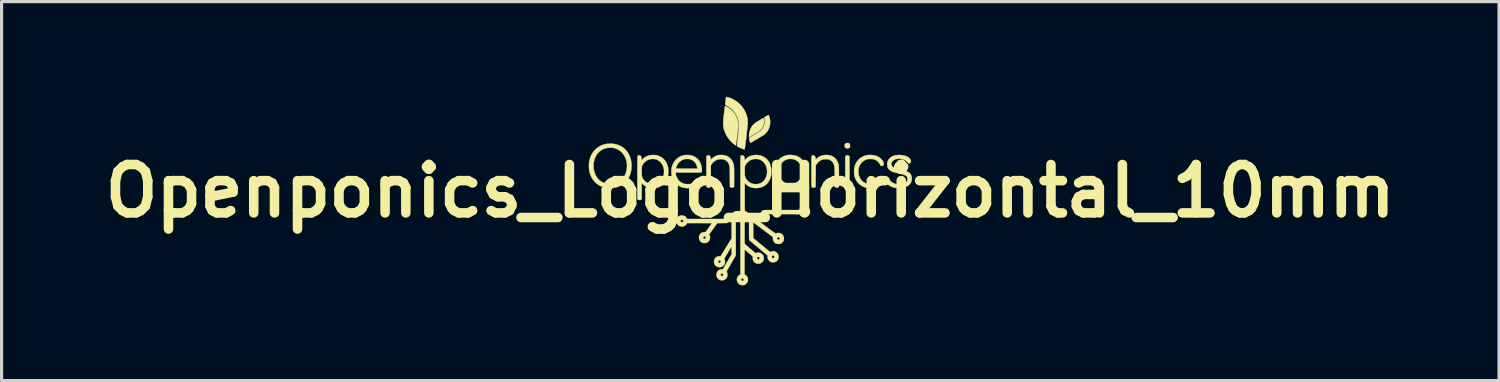
<source format=kicad_pcb>
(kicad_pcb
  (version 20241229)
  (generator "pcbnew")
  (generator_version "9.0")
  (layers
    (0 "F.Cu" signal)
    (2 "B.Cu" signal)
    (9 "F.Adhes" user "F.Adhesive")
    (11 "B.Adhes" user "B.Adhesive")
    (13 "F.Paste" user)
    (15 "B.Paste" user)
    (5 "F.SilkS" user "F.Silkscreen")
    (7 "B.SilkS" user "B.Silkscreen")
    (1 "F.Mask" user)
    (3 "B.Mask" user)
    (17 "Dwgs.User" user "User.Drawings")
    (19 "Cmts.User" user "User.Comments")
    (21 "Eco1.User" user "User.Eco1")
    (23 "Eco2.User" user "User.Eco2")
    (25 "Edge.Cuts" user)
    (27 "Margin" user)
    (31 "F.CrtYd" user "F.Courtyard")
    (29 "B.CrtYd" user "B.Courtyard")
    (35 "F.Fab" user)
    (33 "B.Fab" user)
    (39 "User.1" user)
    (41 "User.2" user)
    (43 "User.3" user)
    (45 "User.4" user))
  (footprint "Openponics_Logo_Horizontal_10mm"
    (layer "F.Cu")
    (at 20.581 2.966)
    (property "Reference" "Openponics_Logo_Horizontal_10mm" (at 0 0 0) (layer "F.SilkS") (effects (font (size 1.524 1.524) (thickness 0.3))))
    (attr through_hole)
    (fp_poly (pts (xy 3.069 -1.512) (xy 3.09 -1.51) (xy 3.104 -1.506) (xy 3.115 -1.498) (xy 3.123 -1.491) (xy 3.132 -1.481) (xy 3.138 -1.472) (xy 3.14 -1.461) (xy 3.141 -1.443) (xy 3.141 -1.428) (xy 3.141 -1.405) (xy 3.139 -1.39) (xy 3.135 -1.38) (xy 3.129 -1.371) (xy 3.127 -1.369) (xy 3.113 -1.355) (xy 3.1 -1.348) (xy 3.082 -1.343) (xy 3.071 -1.341) (xy 3.04 -1.342) (xy 3.023 -1.346) (xy 3.006 -1.354) (xy 2.992 -1.364) (xy 2.99 -1.366) (xy 2.979 -1.387) (xy 2.972 -1.413) (xy 2.972 -1.439) (xy 2.972 -1.444) (xy 2.981 -1.473) (xy 2.997 -1.494) (xy 3.02 -1.507) (xy 3.05 -1.512) (xy 3.069 -1.512)) (stroke (width 0.01) (type solid)) (fill yes) (layer "F.SilkS"))
    (fp_poly (pts (xy 3.084 -1.12) (xy 3.107 -1.109) (xy 3.12 -1.092) (xy 3.121 -1.091) (xy 3.122 -1.085) (xy 3.123 -1.072) (xy 3.124 -1.052) (xy 3.125 -1.025) (xy 3.125 -0.99) (xy 3.126 -0.946) (xy 3.126 -0.893) (xy 3.126 -0.831) (xy 3.126 -0.759) (xy 3.126 -0.677) (xy 3.126 -0.605) (xy 3.124 -0.134) (xy 3.108 -0.121) (xy 3.097 -0.113) (xy 3.085 -0.109) (xy 3.066 -0.107) (xy 3.056 -0.107) (xy 3.035 -0.108) (xy 3.021 -0.11) (xy 3.011 -0.116) (xy 3.005 -0.121) (xy 2.992 -0.135) (xy 2.992 -1.09) (xy 3.008 -1.107) (xy 3.02 -1.117) (xy 3.033 -1.122) (xy 3.052 -1.123) (xy 3.053 -1.123) (xy 3.084 -1.12)) (stroke (width 0.01) (type solid)) (fill yes) (layer "F.SilkS"))
    (fp_poly (pts (xy 0.424 -2.299) (xy 0.427 -2.291) (xy 0.429 -2.275) (xy 0.431 -2.252) (xy 0.433 -2.226) (xy 0.434 -2.189) (xy 0.433 -2.159) (xy 0.43 -2.133) (xy 0.427 -2.113) (xy 0.408 -2.053) (xy 0.379 -1.996) (xy 0.342 -1.945) (xy 0.297 -1.9) (xy 0.275 -1.883) (xy 0.263 -1.875) (xy 0.243 -1.863) (xy 0.217 -1.847) (xy 0.186 -1.827) (xy 0.152 -1.806) (xy 0.116 -1.784) (xy 0.079 -1.763) (xy 0.044 -1.742) (xy 0.012 -1.723) (xy -0.015 -1.707) (xy -0.035 -1.695) (xy -0.037 -1.699) (xy -0.039 -1.712) (xy -0.039 -1.732) (xy -0.039 -1.742) (xy -0.035 -1.809) (xy -0.021 -1.877) (xy 0.001 -1.943) (xy 0.03 -2.003) (xy 0.045 -2.027) (xy 0.063 -2.054) (xy 0.083 -2.078) (xy 0.106 -2.101) (xy 0.132 -2.124) (xy 0.164 -2.148) (xy 0.202 -2.174) (xy 0.248 -2.203) (xy 0.287 -2.226) (xy 0.331 -2.252) (xy 0.366 -2.272) (xy 0.393 -2.287) (xy 0.411 -2.296) (xy 0.421 -2.299) (xy 0.424 -2.299)) (stroke (width 0.01) (type solid)) (fill yes) (layer "F.SilkS"))
    (fp_poly (pts (xy 0.575 -2.391) (xy 0.581 -2.386) (xy 0.587 -2.373) (xy 0.595 -2.353) (xy 0.616 -2.28) (xy 0.626 -2.205) (xy 0.625 -2.131) (xy 0.615 -2.058) (xy 0.594 -1.987) (xy 0.562 -1.92) (xy 0.546 -1.892) (xy 0.521 -1.858) (xy 0.492 -1.824) (xy 0.461 -1.794) (xy 0.431 -1.77) (xy 0.429 -1.769) (xy 0.419 -1.762) (xy 0.401 -1.751) (xy 0.376 -1.736) (xy 0.346 -1.718) (xy 0.312 -1.697) (xy 0.274 -1.674) (xy 0.235 -1.651) (xy 0.196 -1.628) (xy 0.157 -1.605) (xy 0.121 -1.583) (xy 0.088 -1.563) (xy 0.059 -1.546) (xy 0.036 -1.533) (xy 0.02 -1.524) (xy 0.013 -1.52) (xy 0.013 -1.52) (xy 0.006 -1.523) (xy -0.002 -1.535) (xy -0.005 -1.542) (xy -0.013 -1.561) (xy -0.018 -1.577) (xy -0.023 -1.594) (xy -0.028 -1.616) (xy -0.031 -1.631) (xy -0.038 -1.671) (xy 0.118 -1.765) (xy 0.171 -1.796) (xy 0.215 -1.823) (xy 0.251 -1.846) (xy 0.281 -1.867) (xy 0.305 -1.884) (xy 0.325 -1.901) (xy 0.342 -1.917) (xy 0.357 -1.932) (xy 0.368 -1.946) (xy 0.404 -1.999) (xy 0.43 -2.055) (xy 0.447 -2.115) (xy 0.455 -2.18) (xy 0.454 -2.251) (xy 0.448 -2.3) (xy 0.445 -2.323) (xy 0.502 -2.356) (xy 0.525 -2.369) (xy 0.546 -2.38) (xy 0.562 -2.388) (xy 0.569 -2.391) (xy 0.575 -2.391)) (stroke (width 0.01) (type solid)) (fill yes) (layer "F.SilkS"))
    (fp_poly (pts (xy -0.773 -2.672) (xy -0.752 -2.661) (xy -0.725 -2.646) (xy -0.695 -2.628) (xy -0.672 -2.613) (xy -0.606 -2.562) (xy -0.546 -2.504) (xy -0.495 -2.439) (xy -0.452 -2.369) (xy -0.42 -2.294) (xy -0.401 -2.235) (xy -0.394 -2.198) (xy -0.388 -2.156) (xy -0.383 -2.113) (xy -0.381 -2.072) (xy -0.381 -2.036) (xy -0.381 -2.026) (xy -0.384 -1.999) (xy -0.387 -1.965) (xy -0.392 -1.925) (xy -0.397 -1.88) (xy -0.402 -1.832) (xy -0.408 -1.782) (xy -0.414 -1.731) (xy -0.42 -1.68) (xy -0.426 -1.631) (xy -0.432 -1.584) (xy -0.438 -1.542) (xy -0.443 -1.505) (xy -0.447 -1.474) (xy -0.451 -1.452) (xy -0.453 -1.438) (xy -0.454 -1.434) (xy -0.461 -1.437) (xy -0.474 -1.446) (xy -0.492 -1.458) (xy -0.501 -1.465) (xy -0.578 -1.53) (xy -0.646 -1.602) (xy -0.706 -1.68) (xy -0.757 -1.763) (xy -0.798 -1.851) (xy -0.829 -1.943) (xy -0.842 -1.994) (xy -0.847 -2.023) (xy -0.851 -2.052) (xy -0.854 -2.082) (xy -0.855 -2.115) (xy -0.854 -2.152) (xy -0.852 -2.193) (xy -0.849 -2.241) (xy -0.844 -2.296) (xy -0.837 -2.36) (xy -0.828 -2.434) (xy -0.827 -2.441) (xy -0.821 -2.491) (xy -0.815 -2.538) (xy -0.81 -2.579) (xy -0.805 -2.615) (xy -0.801 -2.644) (xy -0.798 -2.665) (xy -0.796 -2.676) (xy -0.796 -2.677) (xy -0.788 -2.678) (xy -0.773 -2.672)) (stroke (width 0.01) (type solid)) (fill yes) (layer "F.SilkS"))
    (fp_poly (pts (xy -0.741 -2.959) (xy -0.721 -2.956) (xy -0.693 -2.949) (xy -0.66 -2.939) (xy -0.624 -2.926) (xy -0.588 -2.912) (xy -0.555 -2.896) (xy -0.547 -2.892) (xy -0.465 -2.845) (xy -0.389 -2.79) (xy -0.32 -2.727) (xy -0.259 -2.658) (xy -0.206 -2.583) (xy -0.161 -2.503) (xy -0.125 -2.42) (xy -0.099 -2.333) (xy -0.084 -2.244) (xy -0.079 -2.161) (xy -0.079 -2.145) (xy -0.081 -2.121) (xy -0.084 -2.088) (xy -0.088 -2.048) (xy -0.092 -2.002) (xy -0.098 -1.951) (xy -0.104 -1.897) (xy -0.11 -1.839) (xy -0.117 -1.78) (xy -0.123 -1.72) (xy -0.13 -1.661) (xy -0.137 -1.602) (xy -0.144 -1.546) (xy -0.151 -1.494) (xy -0.157 -1.446) (xy -0.162 -1.404) (xy -0.167 -1.368) (xy -0.172 -1.34) (xy -0.175 -1.32) (xy -0.177 -1.311) (xy -0.178 -1.31) (xy -0.186 -1.312) (xy -0.201 -1.316) (xy -0.221 -1.322) (xy -0.226 -1.323) (xy -0.296 -1.348) (xy -0.365 -1.381) (xy -0.381 -1.39) (xy -0.402 -1.401) (xy -0.414 -1.409) (xy -0.42 -1.416) (xy -0.421 -1.423) (xy -0.42 -1.433) (xy -0.416 -1.463) (xy -0.412 -1.5) (xy -0.407 -1.544) (xy -0.401 -1.594) (xy -0.396 -1.647) (xy -0.39 -1.702) (xy -0.385 -1.758) (xy -0.379 -1.813) (xy -0.374 -1.867) (xy -0.37 -1.917) (xy -0.366 -1.962) (xy -0.363 -2) (xy -0.361 -2.031) (xy -0.36 -2.052) (xy -0.36 -2.057) (xy -0.365 -2.149) (xy -0.38 -2.236) (xy -0.406 -2.318) (xy -0.442 -2.395) (xy -0.487 -2.468) (xy -0.543 -2.535) (xy -0.608 -2.596) (xy -0.684 -2.652) (xy -0.739 -2.687) (xy -0.756 -2.696) (xy -0.769 -2.704) (xy -0.778 -2.711) (xy -0.785 -2.719) (xy -0.788 -2.731) (xy -0.789 -2.746) (xy -0.788 -2.767) (xy -0.785 -2.796) (xy -0.78 -2.834) (xy -0.777 -2.859) (xy -0.765 -2.961) (xy -0.741 -2.959)) (stroke (width 0.01) (type solid)) (fill yes) (layer "F.SilkS"))
    (fp_poly (pts (xy 1.322 -1.133) (xy 1.391 -1.123) (xy 1.455 -1.105) (xy 1.486 -1.093) (xy 1.547 -1.06) (xy 1.603 -1.017) (xy 1.653 -0.967) (xy 1.695 -0.909) (xy 1.73 -0.845) (xy 1.756 -0.776) (xy 1.762 -0.753) (xy 1.767 -0.731) (xy 1.771 -0.71) (xy 1.773 -0.687) (xy 1.774 -0.66) (xy 1.775 -0.625) (xy 1.775 -0.61) (xy 1.774 -0.563) (xy 1.772 -0.525) (xy 1.768 -0.492) (xy 1.761 -0.462) (xy 1.751 -0.431) (xy 1.74 -0.402) (xy 1.709 -0.337) (xy 1.669 -0.278) (xy 1.621 -0.226) (xy 1.567 -0.181) (xy 1.507 -0.145) (xy 1.452 -0.121) (xy 1.392 -0.105) (xy 1.327 -0.095) (xy 1.26 -0.091) (xy 1.195 -0.094) (xy 1.165 -0.099) (xy 1.092 -0.117) (xy 1.024 -0.145) (xy 0.963 -0.182) (xy 0.908 -0.228) (xy 0.861 -0.28) (xy 0.821 -0.34) (xy 0.79 -0.406) (xy 0.768 -0.477) (xy 0.755 -0.553) (xy 0.753 -0.578) (xy 0.753 -0.635) (xy 0.889 -0.635) (xy 0.892 -0.569) (xy 0.892 -0.566) (xy 0.906 -0.497) (xy 0.929 -0.434) (xy 0.962 -0.377) (xy 1.004 -0.326) (xy 1.016 -0.314) (xy 1.058 -0.281) (xy 1.106 -0.252) (xy 1.157 -0.231) (xy 1.188 -0.223) (xy 1.238 -0.217) (xy 1.292 -0.218) (xy 1.346 -0.225) (xy 1.381 -0.234) (xy 1.43 -0.254) (xy 1.477 -0.283) (xy 1.52 -0.317) (xy 1.541 -0.338) (xy 1.562 -0.365) (xy 1.584 -0.4) (xy 1.604 -0.439) (xy 1.62 -0.478) (xy 1.63 -0.508) (xy 1.636 -0.545) (xy 1.639 -0.588) (xy 1.639 -0.634) (xy 1.635 -0.679) (xy 1.628 -0.718) (xy 1.626 -0.725) (xy 1.604 -0.788) (xy 1.572 -0.844) (xy 1.534 -0.894) (xy 1.489 -0.936) (xy 1.438 -0.97) (xy 1.382 -0.994) (xy 1.354 -1.002) (xy 1.321 -1.007) (xy 1.283 -1.01) (xy 1.243 -1.01) (xy 1.206 -1.007) (xy 1.177 -1.002) (xy 1.117 -0.981) (xy 1.063 -0.951) (xy 1.015 -0.913) (xy 0.974 -0.868) (xy 0.94 -0.816) (xy 0.914 -0.76) (xy 0.897 -0.699) (xy 0.889 -0.635) (xy 0.753 -0.635) (xy 0.753 -0.656) (xy 0.763 -0.732) (xy 0.783 -0.804) (xy 0.811 -0.871) (xy 0.849 -0.932) (xy 0.894 -0.987) (xy 0.947 -1.035) (xy 0.967 -1.049) (xy 0.995 -1.066) (xy 1.029 -1.084) (xy 1.066 -1.1) (xy 1.101 -1.114) (xy 1.121 -1.12) (xy 1.185 -1.132) (xy 1.253 -1.137) (xy 1.322 -1.133)) (stroke (width 0.01) (type solid)) (fill yes) (layer "F.SilkS"))
    (fp_poly (pts (xy -4.32 -1.488) (xy -4.266 -1.48) (xy -4.263 -1.479) (xy -4.178 -1.457) (xy -4.1 -1.425) (xy -4.029 -1.384) (xy -3.964 -1.335) (xy -3.906 -1.276) (xy -3.871 -1.233) (xy -3.836 -1.177) (xy -3.805 -1.114) (xy -3.778 -1.045) (xy -3.759 -0.975) (xy -3.751 -0.935) (xy -3.745 -0.891) (xy -3.742 -0.841) (xy -3.742 -0.786) (xy -3.743 -0.733) (xy -3.747 -0.684) (xy -3.751 -0.652) (xy -3.771 -0.563) (xy -3.8 -0.481) (xy -3.838 -0.406) (xy -3.884 -0.337) (xy -3.938 -0.276) (xy -3.998 -0.223) (xy -4.066 -0.179) (xy -4.14 -0.143) (xy -4.219 -0.116) (xy -4.304 -0.098) (xy -4.394 -0.091) (xy -4.42 -0.091) (xy -4.452 -0.092) (xy -4.485 -0.094) (xy -4.515 -0.097) (xy -4.53 -0.099) (xy -4.615 -0.117) (xy -4.695 -0.146) (xy -4.768 -0.183) (xy -4.835 -0.229) (xy -4.895 -0.284) (xy -4.948 -0.346) (xy -4.992 -0.416) (xy -5.029 -0.493) (xy -5.057 -0.576) (xy -5.072 -0.644) (xy -5.077 -0.684) (xy -5.081 -0.731) (xy -5.082 -0.783) (xy -5.081 -0.814) (xy -4.938 -0.814) (xy -4.936 -0.734) (xy -4.925 -0.657) (xy -4.906 -0.583) (xy -4.878 -0.512) (xy -4.842 -0.448) (xy -4.799 -0.39) (xy -4.769 -0.358) (xy -4.733 -0.326) (xy -4.698 -0.301) (xy -4.66 -0.279) (xy -4.632 -0.266) (xy -4.561 -0.238) (xy -4.488 -0.222) (xy -4.412 -0.217) (xy -4.334 -0.223) (xy -4.296 -0.23) (xy -4.225 -0.249) (xy -4.159 -0.279) (xy -4.099 -0.317) (xy -4.046 -0.363) (xy -3.999 -0.417) (xy -3.96 -0.478) (xy -3.928 -0.546) (xy -3.904 -0.619) (xy -3.889 -0.698) (xy -3.883 -0.781) (xy -3.883 -0.791) (xy -3.888 -0.874) (xy -3.903 -0.953) (xy -3.926 -1.027) (xy -3.958 -1.096) (xy -3.998 -1.159) (xy -4.046 -1.215) (xy -4.101 -1.263) (xy -4.162 -1.304) (xy -4.224 -1.332) (xy -4.275 -1.348) (xy -4.331 -1.36) (xy -4.389 -1.365) (xy -4.413 -1.366) (xy -4.49 -1.361) (xy -4.564 -1.345) (xy -4.632 -1.319) (xy -4.695 -1.285) (xy -4.752 -1.241) (xy -4.803 -1.189) (xy -4.847 -1.13) (xy -4.882 -1.063) (xy -4.91 -0.989) (xy -4.914 -0.974) (xy -4.931 -0.894) (xy -4.938 -0.814) (xy -5.081 -0.814) (xy -5.081 -0.834) (xy -5.078 -0.883) (xy -5.073 -0.924) (xy -5.072 -0.931) (xy -5.051 -1.019) (xy -5.021 -1.102) (xy -4.982 -1.177) (xy -4.935 -1.246) (xy -4.88 -1.308) (xy -4.818 -1.361) (xy -4.749 -1.407) (xy -4.674 -1.443) (xy -4.593 -1.47) (xy -4.555 -1.479) (xy -4.501 -1.487) (xy -4.441 -1.492) (xy -4.379 -1.492) (xy -4.32 -1.488)) (stroke (width 0.01) (type solid)) (fill yes) (layer "F.SilkS"))
    (fp_poly (pts (xy -0.888 -1.135) (xy -0.843 -1.132) (xy -0.803 -1.125) (xy -0.799 -1.124) (xy -0.736 -1.102) (xy -0.681 -1.073) (xy -0.633 -1.035) (xy -0.593 -0.989) (xy -0.562 -0.936) (xy -0.551 -0.912) (xy -0.542 -0.891) (xy -0.534 -0.869) (xy -0.527 -0.846) (xy -0.522 -0.821) (xy -0.518 -0.794) (xy -0.514 -0.763) (xy -0.512 -0.726) (xy -0.51 -0.684) (xy -0.509 -0.634) (xy -0.509 -0.577) (xy -0.509 -0.51) (xy -0.509 -0.433) (xy -0.509 -0.421) (xy -0.511 -0.134) (xy -0.527 -0.121) (xy -0.544 -0.112) (xy -0.568 -0.107) (xy -0.593 -0.107) (xy -0.615 -0.111) (xy -0.627 -0.118) (xy -0.641 -0.129) (xy -0.644 -0.441) (xy -0.645 -0.509) (xy -0.645 -0.566) (xy -0.646 -0.614) (xy -0.647 -0.654) (xy -0.647 -0.687) (xy -0.648 -0.713) (xy -0.649 -0.734) (xy -0.651 -0.751) (xy -0.652 -0.765) (xy -0.654 -0.776) (xy -0.656 -0.786) (xy -0.659 -0.796) (xy -0.659 -0.797) (xy -0.675 -0.845) (xy -0.696 -0.886) (xy -0.722 -0.921) (xy -0.729 -0.929) (xy -0.765 -0.96) (xy -0.805 -0.983) (xy -0.851 -0.998) (xy -0.903 -1.004) (xy -0.923 -1.005) (xy -0.987 -0.999) (xy -1.046 -0.984) (xy -1.1 -0.958) (xy -1.149 -0.923) (xy -1.192 -0.878) (xy -1.213 -0.848) (xy -1.242 -0.805) (xy -1.242 -0.481) (xy -1.242 -0.409) (xy -1.242 -0.348) (xy -1.242 -0.296) (xy -1.243 -0.253) (xy -1.243 -0.217) (xy -1.244 -0.189) (xy -1.246 -0.167) (xy -1.248 -0.15) (xy -1.25 -0.137) (xy -1.254 -0.129) (xy -1.257 -0.122) (xy -1.262 -0.118) (xy -1.267 -0.115) (xy -1.269 -0.113) (xy -1.284 -0.109) (xy -1.305 -0.107) (xy -1.328 -0.108) (xy -1.348 -0.111) (xy -1.359 -0.116) (xy -1.369 -0.127) (xy -1.376 -0.143) (xy -1.377 -0.146) (xy -1.378 -0.154) (xy -1.379 -0.173) (xy -1.379 -0.201) (xy -1.38 -0.237) (xy -1.381 -0.28) (xy -1.381 -0.329) (xy -1.382 -0.383) (xy -1.382 -0.441) (xy -1.382 -0.502) (xy -1.383 -0.565) (xy -1.383 -0.629) (xy -1.383 -0.693) (xy -1.383 -0.755) (xy -1.383 -0.816) (xy -1.383 -0.874) (xy -1.382 -0.927) (xy -1.382 -0.975) (xy -1.381 -1.017) (xy -1.381 -1.052) (xy -1.38 -1.079) (xy -1.379 -1.097) (xy -1.379 -1.104) (xy -1.379 -1.104) (xy -1.365 -1.115) (xy -1.344 -1.122) (xy -1.32 -1.123) (xy -1.297 -1.117) (xy -1.29 -1.115) (xy -1.272 -1.102) (xy -1.259 -1.082) (xy -1.251 -1.054) (xy -1.249 -1.028) (xy -1.247 -0.985) (xy -1.205 -1.026) (xy -1.16 -1.063) (xy -1.108 -1.094) (xy -1.052 -1.117) (xy -1.019 -1.126) (xy -0.98 -1.133) (xy -0.936 -1.136) (xy -0.888 -1.135)) (stroke (width 0.01) (type solid)) (fill yes) (layer "F.SilkS"))
    (fp_poly (pts (xy 3.861 -1.131) (xy 3.934 -1.117) (xy 4 -1.094) (xy 4.059 -1.062) (xy 4.112 -1.021) (xy 4.135 -0.998) (xy 4.168 -0.957) (xy 4.191 -0.915) (xy 4.203 -0.875) (xy 4.204 -0.863) (xy 4.205 -0.844) (xy 4.203 -0.831) (xy 4.197 -0.822) (xy 4.19 -0.814) (xy 4.171 -0.8) (xy 4.15 -0.791) (xy 4.129 -0.787) (xy 4.121 -0.788) (xy 4.113 -0.795) (xy 4.102 -0.811) (xy 4.089 -0.834) (xy 4.089 -0.834) (xy 4.059 -0.883) (xy 4.02 -0.925) (xy 3.975 -0.96) (xy 3.923 -0.987) (xy 3.877 -1.002) (xy 3.847 -1.007) (xy 3.81 -1.009) (xy 3.771 -1.01) (xy 3.733 -1.008) (xy 3.7 -1.004) (xy 3.688 -1.002) (xy 3.628 -0.981) (xy 3.573 -0.951) (xy 3.524 -0.912) (xy 3.483 -0.866) (xy 3.45 -0.813) (xy 3.448 -0.81) (xy 3.432 -0.775) (xy 3.421 -0.742) (xy 3.413 -0.711) (xy 3.408 -0.676) (xy 3.407 -0.634) (xy 3.406 -0.612) (xy 3.407 -0.578) (xy 3.408 -0.552) (xy 3.41 -0.531) (xy 3.414 -0.513) (xy 3.419 -0.493) (xy 3.42 -0.491) (xy 3.445 -0.426) (xy 3.477 -0.37) (xy 3.516 -0.322) (xy 3.563 -0.282) (xy 3.618 -0.251) (xy 3.66 -0.234) (xy 3.68 -0.227) (xy 3.698 -0.223) (xy 3.715 -0.22) (xy 3.737 -0.218) (xy 3.765 -0.218) (xy 3.782 -0.218) (xy 3.814 -0.218) (xy 3.839 -0.219) (xy 3.858 -0.221) (xy 3.875 -0.225) (xy 3.894 -0.23) (xy 3.903 -0.233) (xy 3.944 -0.251) (xy 3.984 -0.273) (xy 4.019 -0.299) (xy 4.045 -0.326) (xy 4.058 -0.343) (xy 4.073 -0.367) (xy 4.087 -0.391) (xy 4.089 -0.394) (xy 4.104 -0.419) (xy 4.117 -0.434) (xy 4.13 -0.44) (xy 4.146 -0.439) (xy 4.161 -0.434) (xy 4.184 -0.419) (xy 4.199 -0.398) (xy 4.205 -0.371) (xy 4.201 -0.341) (xy 4.188 -0.307) (xy 4.157 -0.256) (xy 4.116 -0.211) (xy 4.067 -0.171) (xy 4.011 -0.139) (xy 3.95 -0.115) (xy 3.923 -0.107) (xy 3.885 -0.1) (xy 3.841 -0.095) (xy 3.794 -0.093) (xy 3.747 -0.092) (xy 3.704 -0.095) (xy 3.673 -0.099) (xy 3.604 -0.117) (xy 3.541 -0.143) (xy 3.482 -0.179) (xy 3.426 -0.226) (xy 3.415 -0.237) (xy 3.368 -0.289) (xy 3.331 -0.344) (xy 3.303 -0.403) (xy 3.283 -0.469) (xy 3.276 -0.501) (xy 3.272 -0.534) (xy 3.269 -0.575) (xy 3.268 -0.619) (xy 3.269 -0.662) (xy 3.272 -0.702) (xy 3.277 -0.732) (xy 3.298 -0.807) (xy 3.327 -0.875) (xy 3.365 -0.937) (xy 3.411 -0.992) (xy 3.465 -1.038) (xy 3.525 -1.077) (xy 3.592 -1.106) (xy 3.607 -1.111) (xy 3.647 -1.122) (xy 3.684 -1.13) (xy 3.723 -1.134) (xy 3.768 -1.136) (xy 3.782 -1.136) (xy 3.861 -1.131)) (stroke (width 0.01) (type solid)) (fill yes) (layer "F.SilkS"))
    (fp_poly (pts (xy 2.439 -1.134) (xy 2.5 -1.125) (xy 2.553 -1.109) (xy 2.6 -1.087) (xy 2.643 -1.057) (xy 2.676 -1.028) (xy 2.715 -0.981) (xy 2.746 -0.928) (xy 2.77 -0.868) (xy 2.778 -0.841) (xy 2.781 -0.831) (xy 2.783 -0.82) (xy 2.785 -0.809) (xy 2.786 -0.797) (xy 2.788 -0.781) (xy 2.789 -0.762) (xy 2.79 -0.739) (xy 2.79 -0.71) (xy 2.791 -0.674) (xy 2.791 -0.63) (xy 2.792 -0.578) (xy 2.792 -0.516) (xy 2.793 -0.468) (xy 2.795 -0.143) (xy 2.78 -0.125) (xy 2.771 -0.115) (xy 2.762 -0.11) (xy 2.75 -0.108) (xy 2.73 -0.107) (xy 2.727 -0.107) (xy 2.702 -0.109) (xy 2.684 -0.113) (xy 2.673 -0.122) (xy 2.665 -0.134) (xy 2.663 -0.14) (xy 2.662 -0.155) (xy 2.661 -0.176) (xy 2.66 -0.207) (xy 2.659 -0.246) (xy 2.659 -0.295) (xy 2.659 -0.354) (xy 2.659 -0.424) (xy 2.659 -0.431) (xy 2.658 -0.502) (xy 2.658 -0.564) (xy 2.658 -0.616) (xy 2.657 -0.66) (xy 2.655 -0.697) (xy 2.654 -0.728) (xy 2.651 -0.754) (xy 2.648 -0.776) (xy 2.645 -0.795) (xy 2.64 -0.813) (xy 2.635 -0.83) (xy 2.63 -0.843) (xy 2.607 -0.89) (xy 2.574 -0.93) (xy 2.534 -0.964) (xy 2.489 -0.989) (xy 2.474 -0.994) (xy 2.46 -0.998) (xy 2.442 -1) (xy 2.419 -1.001) (xy 2.388 -1.002) (xy 2.385 -1.002) (xy 2.336 -1) (xy 2.296 -0.995) (xy 2.26 -0.986) (xy 2.227 -0.971) (xy 2.192 -0.95) (xy 2.188 -0.948) (xy 2.148 -0.918) (xy 2.116 -0.884) (xy 2.086 -0.843) (xy 2.082 -0.837) (xy 2.063 -0.805) (xy 2.057 -0.136) (xy 2.044 -0.122) (xy 2.035 -0.114) (xy 2.025 -0.109) (xy 2.01 -0.108) (xy 1.993 -0.108) (xy 1.973 -0.108) (xy 1.957 -0.11) (xy 1.949 -0.111) (xy 1.941 -0.118) (xy 1.933 -0.13) (xy 1.933 -0.13) (xy 1.932 -0.134) (xy 1.93 -0.141) (xy 1.929 -0.151) (xy 1.928 -0.165) (xy 1.927 -0.183) (xy 1.927 -0.207) (xy 1.926 -0.237) (xy 1.926 -0.273) (xy 1.925 -0.317) (xy 1.925 -0.37) (xy 1.925 -0.431) (xy 1.925 -0.501) (xy 1.925 -0.582) (xy 1.925 -0.626) (xy 1.925 -0.712) (xy 1.925 -0.787) (xy 1.925 -0.853) (xy 1.925 -0.909) (xy 1.925 -0.957) (xy 1.926 -0.997) (xy 1.926 -1.03) (xy 1.928 -1.056) (xy 1.929 -1.077) (xy 1.931 -1.093) (xy 1.934 -1.105) (xy 1.937 -1.112) (xy 1.941 -1.117) (xy 1.945 -1.12) (xy 1.951 -1.121) (xy 1.957 -1.121) (xy 1.964 -1.122) (xy 1.969 -1.122) (xy 1.999 -1.121) (xy 2.022 -1.11) (xy 2.039 -1.09) (xy 2.051 -1.061) (xy 2.057 -1.027) (xy 2.061 -0.991) (xy 2.096 -1.024) (xy 2.147 -1.066) (xy 2.204 -1.098) (xy 2.267 -1.12) (xy 2.333 -1.134) (xy 2.403 -1.137) (xy 2.439 -1.134)) (stroke (width 0.01) (type solid)) (fill yes) (layer "F.SilkS"))
    (fp_poly (pts (xy -1.909 -1.131) (xy -1.839 -1.116) (xy -1.775 -1.092) (xy -1.717 -1.059) (xy -1.666 -1.018) (xy -1.622 -0.969) (xy -1.586 -0.913) (xy -1.558 -0.849) (xy -1.538 -0.778) (xy -1.527 -0.701) (xy -1.526 -0.679) (xy -1.524 -0.65) (xy -1.524 -0.631) (xy -1.525 -0.617) (xy -1.527 -0.609) (xy -1.531 -0.602) (xy -1.537 -0.596) (xy -1.552 -0.581) (xy -2.354 -0.581) (xy -2.351 -0.555) (xy -2.336 -0.486) (xy -2.313 -0.424) (xy -2.281 -0.369) (xy -2.242 -0.322) (xy -2.194 -0.282) (xy -2.139 -0.251) (xy -2.077 -0.228) (xy -2.077 -0.228) (xy -2.047 -0.222) (xy -2.01 -0.219) (xy -1.969 -0.217) (xy -1.928 -0.219) (xy -1.891 -0.222) (xy -1.863 -0.228) (xy -1.809 -0.247) (xy -1.76 -0.274) (xy -1.716 -0.307) (xy -1.681 -0.346) (xy -1.671 -0.36) (xy -1.655 -0.385) (xy -1.642 -0.401) (xy -1.632 -0.41) (xy -1.621 -0.412) (xy -1.609 -0.409) (xy -1.593 -0.403) (xy -1.571 -0.387) (xy -1.557 -0.365) (xy -1.553 -0.339) (xy -1.557 -0.31) (xy -1.57 -0.279) (xy -1.592 -0.246) (xy -1.617 -0.218) (xy -1.664 -0.179) (xy -1.721 -0.146) (xy -1.785 -0.12) (xy -1.857 -0.102) (xy -1.871 -0.099) (xy -1.901 -0.095) (xy -1.938 -0.092) (xy -1.977 -0.091) (xy -2.013 -0.092) (xy -2.045 -0.093) (xy -2.052 -0.094) (xy -2.087 -0.101) (xy -2.127 -0.111) (xy -2.165 -0.123) (xy -2.199 -0.135) (xy -2.204 -0.138) (xy -2.257 -0.166) (xy -2.303 -0.199) (xy -2.347 -0.24) (xy -2.352 -0.244) (xy -2.393 -0.293) (xy -2.426 -0.346) (xy -2.453 -0.404) (xy -2.473 -0.47) (xy -2.476 -0.483) (xy -2.482 -0.521) (xy -2.486 -0.567) (xy -2.487 -0.617) (xy -2.485 -0.667) (xy -2.48 -0.71) (xy -2.342 -0.71) (xy -2.342 -0.71) (xy -2.337 -0.709) (xy -2.321 -0.709) (xy -2.296 -0.708) (xy -2.263 -0.707) (xy -2.222 -0.707) (xy -2.174 -0.706) (xy -2.122 -0.706) (xy -2.064 -0.706) (xy -2.004 -0.706) (xy -1.664 -0.706) (xy -1.668 -0.73) (xy -1.675 -0.761) (xy -1.687 -0.797) (xy -1.701 -0.832) (xy -1.716 -0.863) (xy -1.724 -0.876) (xy -1.759 -0.92) (xy -1.803 -0.956) (xy -1.852 -0.984) (xy -1.9 -1.001) (xy -1.932 -1.007) (xy -1.971 -1.01) (xy -2.011 -1.01) (xy -2.048 -1.007) (xy -2.075 -1.002) (xy -2.131 -0.982) (xy -2.184 -0.952) (xy -2.232 -0.913) (xy -2.272 -0.868) (xy -2.301 -0.821) (xy -2.313 -0.796) (xy -2.324 -0.77) (xy -2.334 -0.745) (xy -2.34 -0.724) (xy -2.342 -0.71) (xy -2.48 -0.71) (xy -2.48 -0.712) (xy -2.473 -0.747) (xy -2.45 -0.82) (xy -2.418 -0.888) (xy -2.378 -0.948) (xy -2.331 -1.002) (xy -2.276 -1.047) (xy -2.216 -1.083) (xy -2.176 -1.101) (xy -2.128 -1.118) (xy -2.082 -1.128) (xy -2.034 -1.134) (xy -1.984 -1.136) (xy -1.909 -1.131)) (stroke (width 0.01) (type solid)) (fill yes) (layer "F.SilkS"))
    (fp_poly (pts (xy 4.769 -1.132) (xy 4.837 -1.12) (xy 4.899 -1.101) (xy 4.954 -1.075) (xy 4.959 -1.072) (xy 4.996 -1.046) (xy 5.025 -1.018) (xy 5.045 -0.99) (xy 5.057 -0.962) (xy 5.06 -0.935) (xy 5.053 -0.91) (xy 5.037 -0.889) (xy 5.025 -0.88) (xy 5.006 -0.87) (xy 4.989 -0.87) (xy 4.973 -0.88) (xy 4.958 -0.896) (xy 4.935 -0.922) (xy 4.914 -0.942) (xy 4.891 -0.958) (xy 4.861 -0.975) (xy 4.857 -0.977) (xy 4.808 -0.997) (xy 4.756 -1.01) (xy 4.704 -1.016) (xy 4.653 -1.015) (xy 4.604 -1.008) (xy 4.559 -0.994) (xy 4.519 -0.974) (xy 4.486 -0.949) (xy 4.461 -0.918) (xy 4.457 -0.912) (xy 4.448 -0.886) (xy 4.445 -0.856) (xy 4.447 -0.826) (xy 4.454 -0.801) (xy 4.457 -0.796) (xy 4.47 -0.777) (xy 4.488 -0.76) (xy 4.512 -0.745) (xy 4.542 -0.731) (xy 4.581 -0.718) (xy 4.629 -0.704) (xy 4.659 -0.696) (xy 4.697 -0.687) (xy 4.741 -0.676) (xy 4.783 -0.666) (xy 4.817 -0.658) (xy 4.883 -0.638) (xy 4.94 -0.616) (xy 4.986 -0.59) (xy 5.022 -0.561) (xy 5.05 -0.528) (xy 5.063 -0.506) (xy 5.081 -0.457) (xy 5.089 -0.406) (xy 5.087 -0.355) (xy 5.075 -0.305) (xy 5.054 -0.258) (xy 5.025 -0.215) (xy 4.987 -0.179) (xy 4.983 -0.176) (xy 4.945 -0.151) (xy 4.901 -0.13) (xy 4.854 -0.112) (xy 4.826 -0.104) (xy 4.805 -0.101) (xy 4.777 -0.098) (xy 4.744 -0.095) (xy 4.709 -0.093) (xy 4.674 -0.092) (xy 4.643 -0.092) (xy 4.618 -0.092) (xy 4.606 -0.094) (xy 4.593 -0.096) (xy 4.573 -0.099) (xy 4.558 -0.102) (xy 4.5 -0.116) (xy 4.446 -0.136) (xy 4.396 -0.161) (xy 4.353 -0.191) (xy 4.318 -0.224) (xy 4.3 -0.248) (xy 4.29 -0.271) (xy 4.284 -0.297) (xy 4.285 -0.321) (xy 4.291 -0.339) (xy 4.293 -0.341) (xy 4.31 -0.358) (xy 4.332 -0.369) (xy 4.35 -0.372) (xy 4.362 -0.371) (xy 4.373 -0.363) (xy 4.383 -0.35) (xy 4.414 -0.313) (xy 4.455 -0.281) (xy 4.502 -0.253) (xy 4.553 -0.232) (xy 4.576 -0.225) (xy 4.604 -0.219) (xy 4.633 -0.215) (xy 4.668 -0.213) (xy 4.691 -0.213) (xy 4.75 -0.215) (xy 4.801 -0.223) (xy 4.844 -0.237) (xy 4.882 -0.258) (xy 4.912 -0.283) (xy 4.936 -0.314) (xy 4.95 -0.347) (xy 4.954 -0.381) (xy 4.949 -0.415) (xy 4.935 -0.447) (xy 4.911 -0.474) (xy 4.897 -0.484) (xy 4.876 -0.496) (xy 4.847 -0.508) (xy 4.811 -0.52) (xy 4.766 -0.533) (xy 4.711 -0.547) (xy 4.662 -0.558) (xy 4.602 -0.572) (xy 4.551 -0.585) (xy 4.509 -0.598) (xy 4.474 -0.61) (xy 4.445 -0.624) (xy 4.419 -0.639) (xy 4.397 -0.655) (xy 4.38 -0.67) (xy 4.354 -0.696) (xy 4.336 -0.723) (xy 4.324 -0.751) (xy 4.317 -0.785) (xy 4.313 -0.827) (xy 4.313 -0.857) (xy 4.313 -0.88) (xy 4.316 -0.898) (xy 4.32 -0.916) (xy 4.324 -0.926) (xy 4.346 -0.977) (xy 4.378 -1.022) (xy 4.418 -1.059) (xy 4.466 -1.089) (xy 4.522 -1.112) (xy 4.586 -1.127) (xy 4.657 -1.135) (xy 4.693 -1.135) (xy 4.769 -1.132)) (stroke (width 0.01) (type solid)) (fill yes) (layer "F.SilkS"))
    (fp_poly (pts (xy -2.973 -1.13) (xy -2.916 -1.117) (xy -2.849 -1.091) (xy -2.789 -1.057) (xy -2.735 -1.013) (xy -2.688 -0.961) (xy -2.649 -0.902) (xy -2.618 -0.836) (xy -2.595 -0.764) (xy -2.588 -0.734) (xy -2.581 -0.676) (xy -2.579 -0.613) (xy -2.583 -0.549) (xy -2.592 -0.486) (xy -2.605 -0.429) (xy -2.61 -0.415) (xy -2.639 -0.344) (xy -2.676 -0.282) (xy -2.721 -0.228) (xy -2.773 -0.183) (xy -2.833 -0.145) (xy -2.901 -0.116) (xy -2.922 -0.109) (xy -2.943 -0.103) (xy -2.961 -0.099) (xy -2.98 -0.096) (xy -3.001 -0.095) (xy -3.029 -0.094) (xy -3.059 -0.094) (xy -3.106 -0.094) (xy -3.145 -0.097) (xy -3.179 -0.102) (xy -3.211 -0.11) (xy -3.243 -0.123) (xy -3.278 -0.139) (xy -3.311 -0.156) (xy -3.338 -0.175) (xy -3.366 -0.198) (xy -3.376 -0.207) (xy -3.42 -0.25) (xy -3.422 0.003) (xy -3.423 0.255) (xy -3.439 0.269) (xy -3.451 0.277) (xy -3.465 0.281) (xy -3.485 0.282) (xy -3.489 0.282) (xy -3.509 0.282) (xy -3.522 0.279) (xy -3.533 0.272) (xy -3.54 0.266) (xy -3.556 0.249) (xy -3.556 -0.428) (xy -3.556 -0.531) (xy -3.556 -0.623) (xy -3.556 -0.646) (xy -3.421 -0.646) (xy -3.421 -0.606) (xy -3.42 -0.567) (xy -3.419 -0.532) (xy -3.417 -0.501) (xy -3.414 -0.477) (xy -3.412 -0.466) (xy -3.392 -0.41) (xy -3.362 -0.36) (xy -3.324 -0.316) (xy -3.277 -0.279) (xy -3.224 -0.249) (xy -3.164 -0.227) (xy -3.147 -0.222) (xy -3.114 -0.218) (xy -3.075 -0.217) (xy -3.034 -0.219) (xy -2.995 -0.224) (xy -2.963 -0.231) (xy -2.913 -0.252) (xy -2.865 -0.282) (xy -2.822 -0.32) (xy -2.786 -0.362) (xy -2.773 -0.382) (xy -2.749 -0.433) (xy -2.731 -0.491) (xy -2.72 -0.553) (xy -2.716 -0.617) (xy -2.717 -0.643) (xy -2.721 -0.689) (xy -2.729 -0.729) (xy -2.741 -0.767) (xy -2.76 -0.81) (xy -2.763 -0.817) (xy -2.795 -0.87) (xy -2.835 -0.916) (xy -2.881 -0.954) (xy -2.932 -0.983) (xy -2.984 -1.001) (xy -3.034 -1.01) (xy -3.089 -1.01) (xy -3.145 -1.003) (xy -3.198 -0.99) (xy -3.246 -0.97) (xy -3.247 -0.97) (xy -3.286 -0.944) (xy -3.325 -0.91) (xy -3.36 -0.871) (xy -3.39 -0.828) (xy -3.412 -0.787) (xy -3.415 -0.774) (xy -3.417 -0.751) (xy -3.419 -0.72) (xy -3.421 -0.685) (xy -3.421 -0.646) (xy -3.556 -0.646) (xy -3.556 -0.705) (xy -3.556 -0.778) (xy -3.556 -0.841) (xy -3.556 -0.897) (xy -3.555 -0.944) (xy -3.555 -0.985) (xy -3.554 -1.018) (xy -3.553 -1.046) (xy -3.551 -1.068) (xy -3.55 -1.086) (xy -3.547 -1.099) (xy -3.545 -1.109) (xy -3.542 -1.115) (xy -3.538 -1.119) (xy -3.534 -1.121) (xy -3.529 -1.122) (xy -3.524 -1.122) (xy -3.518 -1.122) (xy -3.512 -1.122) (xy -3.512 -1.122) (xy -3.483 -1.121) (xy -3.46 -1.111) (xy -3.443 -1.093) (xy -3.431 -1.065) (xy -3.424 -1.028) (xy -3.423 -1.016) (xy -3.419 -0.969) (xy -3.402 -0.99) (xy -3.384 -1.009) (xy -3.359 -1.031) (xy -3.331 -1.053) (xy -3.301 -1.073) (xy -3.285 -1.083) (xy -3.23 -1.107) (xy -3.169 -1.125) (xy -3.104 -1.134) (xy -3.038 -1.136) (xy -2.973 -1.13)) (stroke (width 0.01) (type solid)) (fill yes) (layer "F.SilkS"))
    (fp_poly (pts (xy 0.24 -1.134) (xy 0.312 -1.121) (xy 0.379 -1.099) (xy 0.44 -1.068) (xy 0.495 -1.028) (xy 0.543 -0.98) (xy 0.584 -0.924) (xy 0.617 -0.862) (xy 0.641 -0.793) (xy 0.658 -0.719) (xy 0.664 -0.649) (xy 0.665 -0.584) (xy 0.661 -0.526) (xy 0.652 -0.473) (xy 0.637 -0.42) (xy 0.636 -0.417) (xy 0.606 -0.346) (xy 0.569 -0.283) (xy 0.525 -0.228) (xy 0.473 -0.183) (xy 0.415 -0.146) (xy 0.351 -0.119) (xy 0.28 -0.1) (xy 0.204 -0.092) (xy 0.203 -0.092) (xy 0.127 -0.094) (xy 0.056 -0.105) (xy -0.009 -0.127) (xy -0.069 -0.158) (xy -0.123 -0.199) (xy -0.144 -0.219) (xy -0.175 -0.25) (xy -0.175 0.615) (xy -0.004 0.744) (xy 0.034 0.773) (xy 0.07 0.8) (xy 0.103 0.824) (xy 0.131 0.845) (xy 0.153 0.862) (xy 0.168 0.873) (xy 0.175 0.879) (xy 0.175 0.879) (xy 0.179 0.88) (xy 0.183 0.878) (xy 0.19 0.872) (xy 0.2 0.861) (xy 0.214 0.845) (xy 0.231 0.822) (xy 0.254 0.792) (xy 0.283 0.754) (xy 0.286 0.75) (xy 0.311 0.715) (xy 0.336 0.683) (xy 0.357 0.655) (xy 0.37 0.639) (xy 1.667 0.639) (xy 1.668 0.658) (xy 1.679 0.675) (xy 1.697 0.686) (xy 1.716 0.688) (xy 1.734 0.679) (xy 1.737 0.676) (xy 1.749 0.657) (xy 1.75 0.638) (xy 1.744 0.621) (xy 1.73 0.609) (xy 1.709 0.604) (xy 1.708 0.604) (xy 1.69 0.608) (xy 1.677 0.619) (xy 1.667 0.639) (xy 0.37 0.639) (xy 0.375 0.633) (xy 0.389 0.616) (xy 0.397 0.607) (xy 0.398 0.606) (xy 0.401 0.605) (xy 0.408 0.604) (xy 0.418 0.603) (xy 0.433 0.602) (xy 0.452 0.601) (xy 0.478 0.6) (xy 0.509 0.6) (xy 0.548 0.599) (xy 0.594 0.599) (xy 0.648 0.599) (xy 0.711 0.599) (xy 0.783 0.598) (xy 0.865 0.598) (xy 0.957 0.598) (xy 1.538 0.598) (xy 1.551 0.571) (xy 1.573 0.536) (xy 1.601 0.508) (xy 1.635 0.487) (xy 1.673 0.475) (xy 1.712 0.471) (xy 1.751 0.475) (xy 1.788 0.489) (xy 1.822 0.511) (xy 1.837 0.526) (xy 1.861 0.558) (xy 1.876 0.59) (xy 1.882 0.628) (xy 1.882 0.643) (xy 1.88 0.679) (xy 1.874 0.708) (xy 1.862 0.733) (xy 1.846 0.756) (xy 1.815 0.786) (xy 1.779 0.806) (xy 1.737 0.817) (xy 1.713 0.818) (xy 1.688 0.817) (xy 1.663 0.814) (xy 1.646 0.809) (xy 1.628 0.801) (xy 1.608 0.787) (xy 1.588 0.772) (xy 1.572 0.756) (xy 1.562 0.742) (xy 1.561 0.739) (xy 1.56 0.737) (xy 1.558 0.736) (xy 1.555 0.734) (xy 1.55 0.733) (xy 1.542 0.732) (xy 1.531 0.731) (xy 1.515 0.73) (xy 1.495 0.73) (xy 1.469 0.729) (xy 1.437 0.729) (xy 1.398 0.729) (xy 1.352 0.728) (xy 1.298 0.728) (xy 1.235 0.728) (xy 1.162 0.728) (xy 1.079 0.728) (xy 1.013 0.728) (xy 0.468 0.728) (xy 0.381 0.845) (xy 0.358 0.877) (xy 0.337 0.906) (xy 0.319 0.93) (xy 0.306 0.949) (xy 0.297 0.962) (xy 0.295 0.966) (xy 0.3 0.971) (xy 0.313 0.981) (xy 0.333 0.997) (xy 0.359 1.017) (xy 0.39 1.041) (xy 0.425 1.067) (xy 0.463 1.096) (xy 0.504 1.126) (xy 0.545 1.157) (xy 0.586 1.188) (xy 0.627 1.218) (xy 0.665 1.246) (xy 0.7 1.272) (xy 0.731 1.294) (xy 0.758 1.313) (xy 0.778 1.328) (xy 0.791 1.337) (xy 0.796 1.339) (xy 0.806 1.337) (xy 0.822 1.332) (xy 0.83 1.329) (xy 0.862 1.322) (xy 0.899 1.322) (xy 0.936 1.328) (xy 0.969 1.34) (xy 0.97 1.341) (xy 1.005 1.365) (xy 1.031 1.397) (xy 1.049 1.432) (xy 1.059 1.471) (xy 1.06 1.511) (xy 1.053 1.55) (xy 1.036 1.587) (xy 1.01 1.62) (xy 1.009 1.62) (xy 0.981 1.643) (xy 0.952 1.658) (xy 0.918 1.666) (xy 0.886 1.668) (xy 0.847 1.665) (xy 0.815 1.656) (xy 0.786 1.64) (xy 0.762 1.619) (xy 0.739 1.591) (xy 0.723 1.561) (xy 0.715 1.526) (xy 0.713 1.497) (xy 0.713 1.494) (xy 0.841 1.494) (xy 0.846 1.51) (xy 0.857 1.525) (xy 0.871 1.535) (xy 0.871 1.535) (xy 0.891 1.538) (xy 0.91 1.529) (xy 0.919 1.52) (xy 0.928 1.507) (xy 0.931 1.495) (xy 0.931 1.495) (xy 0.927 1.482) (xy 0.916 1.468) (xy 0.902 1.457) (xy 0.888 1.451) (xy 0.886 1.451) (xy 0.874 1.455) (xy 0.86 1.466) (xy 0.848 1.479) (xy 0.841 1.492) (xy 0.841 1.494) (xy 0.713 1.494) (xy 0.712 1.45) (xy 0.401 1.216) (xy 0.09 0.982) (xy 0.092 1.231) (xy 0.093 1.481) (xy 0.347 1.692) (xy 0.394 1.73) (xy 0.438 1.767) (xy 0.479 1.801) (xy 0.516 1.832) (xy 0.548 1.858) (xy 0.575 1.88) (xy 0.595 1.897) (xy 0.608 1.907) (xy 0.613 1.911) (xy 0.621 1.915) (xy 0.629 1.916) (xy 0.642 1.914) (xy 0.661 1.907) (xy 0.705 1.898) (xy 0.748 1.899) (xy 0.788 1.91) (xy 0.823 1.931) (xy 0.854 1.961) (xy 0.875 1.994) (xy 0.889 2.034) (xy 0.893 2.076) (xy 0.887 2.117) (xy 0.873 2.156) (xy 0.851 2.187) (xy 0.833 2.205) (xy 0.811 2.221) (xy 0.799 2.228) (xy 0.783 2.236) (xy 0.768 2.24) (xy 0.751 2.243) (xy 0.726 2.244) (xy 0.72 2.244) (xy 0.692 2.243) (xy 0.672 2.241) (xy 0.656 2.237) (xy 0.643 2.231) (xy 0.605 2.207) (xy 0.576 2.175) (xy 0.557 2.137) (xy 0.546 2.094) (xy 0.545 2.074) (xy 0.677 2.074) (xy 0.683 2.094) (xy 0.692 2.105) (xy 0.712 2.115) (xy 0.731 2.114) (xy 0.748 2.103) (xy 0.759 2.085) (xy 0.761 2.066) (xy 0.753 2.048) (xy 0.736 2.034) (xy 0.726 2.03) (xy 0.713 2.03) (xy 0.698 2.036) (xy 0.685 2.046) (xy 0.681 2.052) (xy 0.677 2.074) (xy 0.545 2.074) (xy 0.545 2.071) (xy 0.544 2.028) (xy 0.259 1.792) (xy 0.21 1.751) (xy 0.164 1.713) (xy 0.12 1.676) (xy 0.081 1.643) (xy 0.046 1.613) (xy 0.016 1.588) (xy -0.007 1.568) (xy -0.023 1.554) (xy -0.031 1.546) (xy -0.032 1.545) (xy -0.034 1.539) (xy -0.035 1.527) (xy -0.036 1.509) (xy -0.037 1.484) (xy -0.038 1.45) (xy -0.039 1.408) (xy -0.039 1.357) (xy -0.039 1.296) (xy -0.039 1.225) (xy -0.039 1.208) (xy -0.04 0.883) (xy -0.109 0.831) (xy -0.178 0.779) (xy -0.179 1.218) (xy -0.179 1.287) (xy -0.18 1.354) (xy -0.18 1.416) (xy -0.18 1.473) (xy -0.18 1.524) (xy -0.179 1.569) (xy -0.179 1.606) (xy -0.179 1.634) (xy -0.179 1.653) (xy -0.178 1.662) (xy -0.178 1.663) (xy -0.174 1.667) (xy -0.162 1.678) (xy -0.143 1.694) (xy -0.12 1.715) (xy -0.092 1.739) (xy -0.061 1.766) (xy -0.028 1.794) (xy 0.005 1.822) (xy 0.038 1.85) (xy 0.07 1.877) (xy 0.099 1.902) (xy 0.124 1.923) (xy 0.144 1.94) (xy 0.159 1.952) (xy 0.159 1.952) (xy 0.167 1.956) (xy 0.177 1.955) (xy 0.194 1.951) (xy 0.197 1.95) (xy 0.239 1.942) (xy 0.281 1.944) (xy 0.322 1.956) (xy 0.359 1.977) (xy 0.375 1.991) (xy 0.4 2.022) (xy 0.417 2.06) (xy 0.426 2.1) (xy 0.426 2.141) (xy 0.416 2.18) (xy 0.413 2.187) (xy 0.393 2.221) (xy 0.365 2.25) (xy 0.332 2.272) (xy 0.325 2.276) (xy 0.289 2.287) (xy 0.248 2.29) (xy 0.208 2.285) (xy 0.174 2.273) (xy 0.14 2.251) (xy 0.112 2.222) (xy 0.092 2.185) (xy 0.084 2.168) (xy 0.081 2.152) (xy 0.079 2.134) (xy 0.08 2.114) (xy 0.209 2.114) (xy 0.214 2.132) (xy 0.227 2.148) (xy 0.245 2.159) (xy 0.253 2.161) (xy 0.258 2.159) (xy 0.27 2.154) (xy 0.271 2.154) (xy 0.286 2.14) (xy 0.294 2.122) (xy 0.294 2.104) (xy 0.293 2.101) (xy 0.283 2.086) (xy 0.267 2.076) (xy 0.249 2.073) (xy 0.246 2.074) (xy 0.229 2.082) (xy 0.216 2.095) (xy 0.209 2.111) (xy 0.209 2.114) (xy 0.08 2.114) (xy 0.08 2.109) (xy 0.08 2.109) (xy 0.082 2.063) (xy -0.044 1.956) (xy -0.077 1.929) (xy -0.106 1.904) (xy -0.132 1.882) (xy -0.153 1.865) (xy -0.168 1.853) (xy -0.175 1.847) (xy -0.176 1.847) (xy -0.177 1.852) (xy -0.177 1.867) (xy -0.178 1.892) (xy -0.179 1.926) (xy -0.179 1.967) (xy -0.18 2.016) (xy -0.18 2.07) (xy -0.18 2.128) (xy -0.181 2.192) (xy -0.181 2.237) (xy -0.181 2.629) (xy -0.164 2.636) (xy -0.147 2.647) (xy -0.127 2.665) (xy -0.108 2.687) (xy -0.092 2.709) (xy -0.082 2.73) (xy -0.075 2.763) (xy -0.074 2.8) (xy -0.078 2.836) (xy -0.082 2.852) (xy -0.096 2.879) (xy -0.116 2.905) (xy -0.14 2.929) (xy -0.166 2.947) (xy -0.173 2.951) (xy -0.211 2.962) (xy -0.25 2.966) (xy -0.281 2.963) (xy -0.321 2.95) (xy -0.355 2.929) (xy -0.383 2.902) (xy -0.403 2.87) (xy -0.416 2.835) (xy -0.422 2.798) (xy -0.287 2.798) (xy -0.279 2.817) (xy -0.275 2.821) (xy -0.258 2.832) (xy -0.239 2.832) (xy -0.221 2.823) (xy -0.217 2.82) (xy -0.207 2.806) (xy -0.203 2.792) (xy -0.203 2.791) (xy -0.207 2.777) (xy -0.217 2.763) (xy -0.217 2.763) (xy -0.235 2.751) (xy -0.252 2.749) (xy -0.268 2.754) (xy -0.28 2.765) (xy -0.287 2.781) (xy -0.287 2.798) (xy -0.422 2.798) (xy -0.422 2.798) (xy -0.42 2.761) (xy -0.411 2.725) (xy -0.392 2.692) (xy -0.366 2.663) (xy -0.34 2.644) (xy -0.311 2.627) (xy -0.311 1.698) (xy -0.31 0.768) (xy -0.371 0.768) (xy -0.399 0.768) (xy -0.419 0.769) (xy -0.432 0.772) (xy -0.44 0.776) (xy -0.445 0.779) (xy -0.457 0.789) (xy -0.457 2.031) (xy -0.603 2.282) (xy -0.749 2.534) (xy -0.734 2.564) (xy -0.726 2.582) (xy -0.722 2.6) (xy -0.72 2.621) (xy -0.72 2.639) (xy -0.724 2.684) (xy -0.738 2.723) (xy -0.761 2.755) (xy -0.793 2.782) (xy -0.814 2.794) (xy -0.836 2.804) (xy -0.856 2.809) (xy -0.878 2.811) (xy -0.889 2.811) (xy -0.914 2.81) (xy -0.939 2.806) (xy -0.956 2.802) (xy -0.987 2.786) (xy -1.016 2.762) (xy -1.04 2.731) (xy -1.052 2.709) (xy -1.061 2.689) (xy -1.065 2.672) (xy -1.066 2.652) (xy -1.066 2.631) (xy -0.935 2.631) (xy -0.934 2.65) (xy -0.923 2.667) (xy -0.905 2.679) (xy -0.886 2.68) (xy -0.869 2.672) (xy -0.865 2.668) (xy -0.853 2.651) (xy -0.85 2.634) (xy -0.855 2.619) (xy -0.868 2.604) (xy -0.886 2.596) (xy -0.905 2.597) (xy -0.922 2.608) (xy -0.925 2.611) (xy -0.935 2.631) (xy -1.066 2.631) (xy -1.066 2.631) (xy -1.059 2.586) (xy -1.042 2.547) (xy -1.017 2.514) (xy -0.985 2.488) (xy -0.946 2.471) (xy -0.901 2.463) (xy -0.899 2.463) (xy -0.861 2.462) (xy -0.587 1.989) (xy -0.588 1.869) (xy -0.59 1.75) (xy -0.705 1.937) (xy -0.733 1.984) (xy -0.758 2.026) (xy -0.78 2.062) (xy -0.797 2.092) (xy -0.808 2.114) (xy -0.815 2.128) (xy -0.816 2.133) (xy -0.813 2.144) (xy -0.807 2.16) (xy -0.805 2.165) (xy -0.799 2.191) (xy -0.796 2.223) (xy -0.798 2.256) (xy -0.804 2.286) (xy -0.805 2.289) (xy -0.819 2.317) (xy -0.841 2.344) (xy -0.868 2.368) (xy -0.896 2.385) (xy -0.908 2.39) (xy -0.94 2.397) (xy -0.976 2.398) (xy -1.011 2.395) (xy -1.041 2.386) (xy -1.049 2.383) (xy -1.082 2.36) (xy -1.11 2.33) (xy -1.129 2.3) (xy -1.14 2.265) (xy -1.143 2.232) (xy -1.01 2.232) (xy -1.002 2.25) (xy -0.995 2.257) (xy -0.976 2.268) (xy -0.957 2.267) (xy -0.94 2.255) (xy -0.928 2.237) (xy -0.927 2.218) (xy -0.937 2.199) (xy -0.953 2.187) (xy -0.972 2.184) (xy -0.991 2.19) (xy -0.999 2.196) (xy -1.009 2.213) (xy -1.01 2.232) (xy -1.143 2.232) (xy -1.144 2.226) (xy -1.14 2.187) (xy -1.128 2.151) (xy -1.127 2.15) (xy -1.103 2.112) (xy -1.072 2.083) (xy -1.034 2.063) (xy -0.991 2.053) (xy -0.972 2.051) (xy -0.931 2.05) (xy -0.759 1.77) (xy -0.587 1.49) (xy -0.588 1.192) (xy -0.59 0.893) (xy -0.663 0.95) (xy -0.736 1.008) (xy -0.889 1.01) (xy -1.041 1.013) (xy -1.168 1.19) (xy -1.296 1.367) (xy -1.282 1.396) (xy -1.27 1.43) (xy -1.267 1.469) (xy -1.271 1.508) (xy -1.283 1.542) (xy -1.307 1.578) (xy -1.338 1.608) (xy -1.371 1.628) (xy -1.4 1.636) (xy -1.434 1.64) (xy -1.47 1.639) (xy -1.502 1.632) (xy -1.513 1.628) (xy -1.551 1.604) (xy -1.581 1.574) (xy -1.602 1.538) (xy -1.614 1.497) (xy -1.616 1.465) (xy -1.484 1.465) (xy -1.481 1.484) (xy -1.468 1.5) (xy -1.459 1.506) (xy -1.448 1.511) (xy -1.438 1.511) (xy -1.426 1.506) (xy -1.423 1.504) (xy -1.407 1.491) (xy -1.4 1.473) (xy -1.402 1.453) (xy -1.414 1.436) (xy -1.427 1.426) (xy -1.44 1.424) (xy -1.447 1.425) (xy -1.467 1.433) (xy -1.48 1.448) (xy -1.484 1.465) (xy -1.616 1.465) (xy -1.616 1.454) (xy -1.614 1.435) (xy -1.601 1.392) (xy -1.579 1.356) (xy -1.549 1.328) (xy -1.512 1.307) (xy -1.469 1.296) (xy -1.449 1.294) (xy -1.405 1.291) (xy -1.307 1.154) (xy -1.282 1.119) (xy -1.259 1.088) (xy -1.24 1.06) (xy -1.224 1.038) (xy -1.214 1.022) (xy -1.208 1.014) (xy -1.208 1.014) (xy -1.213 1.013) (xy -1.229 1.012) (xy -1.255 1.012) (xy -1.289 1.012) (xy -1.33 1.011) (xy -1.378 1.011) (xy -1.433 1.011) (xy -1.492 1.01) (xy -1.555 1.01) (xy -1.599 1.01) (xy -1.99 1.01) (xy -2.001 1.031) (xy -2.017 1.053) (xy -2.04 1.076) (xy -2.066 1.095) (xy -2.09 1.108) (xy -2.092 1.109) (xy -2.135 1.118) (xy -2.176 1.117) (xy -2.216 1.107) (xy -2.251 1.089) (xy -2.281 1.063) (xy -2.305 1.031) (xy -2.321 0.994) (xy -2.327 0.952) (xy -2.328 0.949) (xy -2.327 0.944) (xy -2.196 0.944) (xy -2.191 0.961) (xy -2.179 0.977) (xy -2.163 0.986) (xy -2.153 0.988) (xy -2.139 0.984) (xy -2.125 0.974) (xy -2.125 0.974) (xy -2.114 0.958) (xy -2.111 0.944) (xy -2.116 0.926) (xy -2.129 0.911) (xy -2.146 0.903) (xy -2.153 0.902) (xy -2.171 0.907) (xy -2.186 0.919) (xy -2.195 0.936) (xy -2.196 0.944) (xy -2.327 0.944) (xy -2.323 0.903) (xy -2.309 0.862) (xy -2.285 0.827) (xy -2.253 0.799) (xy -2.231 0.786) (xy -2.211 0.778) (xy -2.194 0.773) (xy -2.174 0.771) (xy -2.153 0.771) (xy -2.108 0.776) (xy -2.068 0.79) (xy -2.035 0.813) (xy -2.009 0.845) (xy -2.003 0.855) (xy -1.99 0.881) (xy -0.79 0.881) (xy -0.639 0.762) (xy -0.603 0.733) (xy -0.569 0.707) (xy -0.539 0.684) (xy -0.513 0.664) (xy -0.493 0.649) (xy -0.48 0.64) (xy -0.475 0.637) (xy -0.465 0.635) (xy -0.446 0.634) (xy -0.42 0.633) (xy -0.392 0.632) (xy -0.386 0.632) (xy -0.31 0.632) (xy -0.31 -0.236) (xy -0.31 -0.353) (xy -0.31 -0.459) (xy -0.31 -0.555) (xy -0.31 -0.63) (xy -0.175 -0.63) (xy -0.175 -0.587) (xy -0.175 -0.552) (xy -0.174 -0.526) (xy -0.173 -0.506) (xy -0.172 -0.49) (xy -0.169 -0.477) (xy -0.166 -0.465) (xy -0.162 -0.452) (xy -0.161 -0.448) (xy -0.136 -0.392) (xy -0.103 -0.342) (xy -0.061 -0.3) (xy -0.011 -0.265) (xy 0.046 -0.238) (xy 0.108 -0.22) (xy 0.134 -0.217) (xy 0.167 -0.217) (xy 0.203 -0.218) (xy 0.239 -0.222) (xy 0.27 -0.228) (xy 0.282 -0.231) (xy 0.337 -0.254) (xy 0.387 -0.286) (xy 0.43 -0.328) (xy 0.467 -0.377) (xy 0.496 -0.434) (xy 0.514 -0.489) (xy 0.522 -0.528) (xy 0.527 -0.573) (xy 0.528 -0.621) (xy 0.526 -0.669) (xy 0.52 -0.711) (xy 0.515 -0.736) (xy 0.492 -0.798) (xy 0.461 -0.855) (xy 0.422 -0.904) (xy 0.378 -0.945) (xy 0.327 -0.977) (xy 0.276 -0.997) (xy 0.219 -1.008) (xy 0.161 -1.011) (xy 0.102 -1.004) (xy 0.045 -0.99) (xy -0.002 -0.97) (xy -0.041 -0.944) (xy -0.08 -0.91) (xy -0.116 -0.87) (xy -0.146 -0.828) (xy -0.164 -0.794) (xy -0.167 -0.786) (xy -0.17 -0.776) (xy -0.172 -0.764) (xy -0.173 -0.748) (xy -0.174 -0.726) (xy -0.175 -0.696) (xy -0.175 -0.658) (xy -0.175 -0.63) (xy -0.31 -0.63) (xy -0.31 -0.641) (xy -0.31 -0.718) (xy -0.31 -0.786) (xy -0.31 -0.846) (xy -0.309 -0.899) (xy -0.309 -0.944) (xy -0.309 -0.982) (xy -0.308 -1.014) (xy -0.308 -1.041) (xy -0.307 -1.062) (xy -0.306 -1.079) (xy -0.306 -1.092) (xy -0.305 -1.101) (xy -0.304 -1.107) (xy -0.303 -1.111) (xy -0.302 -1.112) (xy -0.287 -1.119) (xy -0.265 -1.122) (xy -0.242 -1.12) (xy -0.224 -1.116) (xy -0.206 -1.104) (xy -0.193 -1.084) (xy -0.184 -1.056) (xy -0.178 -1.018) (xy -0.178 -1.014) (xy -0.174 -0.969) (xy -0.152 -0.995) (xy -0.108 -1.038) (xy -0.056 -1.074) (xy 0.003 -1.102) (xy 0.066 -1.122) (xy 0.133 -1.134) (xy 0.203 -1.136) (xy 0.24 -1.134)) (stroke (width 0.01) (type solid)) (fill yes) (layer "F.SilkS")))
  (gr_rect
    (start -3 -3)
    (end 44.163 8.936)
    (stroke (width 0.1) (type default))
    (fill no)
    (layer "Edge.Cuts")))
</source>
